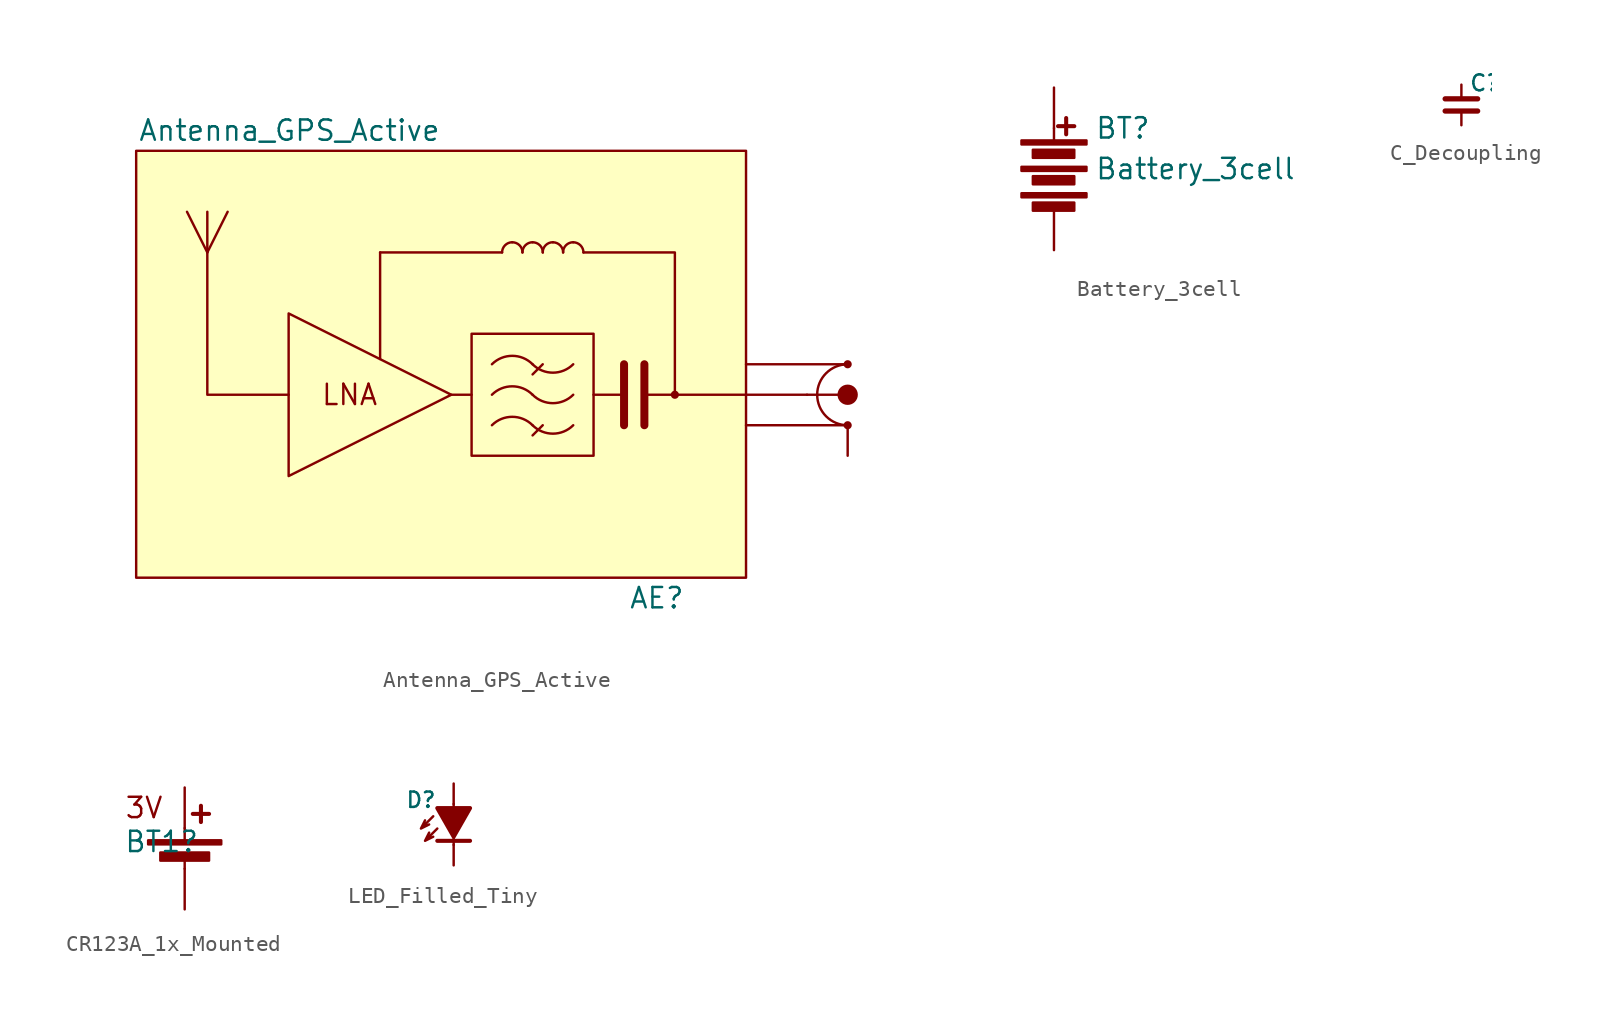
<source format=kicad_sym>
(kicad_symbol_lib
  (version 20220914)
  (generator kicad_symbol_editor)
  (symbol "Antenna_GPS_Active"
    (pin_numbers hide)
    (pin_names
      (offset 1.016) hide)
    (property "Reference" "AE"
      (at 19.05 -12.7 0)
      (effects (font (size 1.27 1.27)) (justify right)))
    (property "Value" "Antenna_GPS_Active"
      (at 3.81 16.51 0)
      (effects (font (size 1.27 1.27)) (justify right)))
    (symbol "Antenna_GPS_Active_0_1"
      (rectangle (start -15.24 15.24) (end 22.86 -11.43) (stroke (width 0) (type default)) (fill (type background)))
      (polyline (pts (xy -12.065 11.43) (xy -10.795 8.89)) (stroke (width 0) (type default)) (fill (type none)))
      (polyline (pts (xy -10.795 11.43) (xy -10.795 8.89)) (stroke (width 0) (type default)) (fill (type none)))
      (polyline (pts (xy 0 8.89) (xy 0 2.235)) (stroke (width 0) (type default)) (fill (type none)))
      (polyline (pts (xy 0 8.89) (xy 7.62 8.89)) (stroke (width 0) (type default)) (fill (type none)))
      (polyline (pts (xy 4.445 0) (xy 5.715 0)) (stroke (width 0) (type default)) (fill (type none)))
      (polyline (pts (xy 10.16 -1.905) (xy 9.525 -2.54)) (stroke (width 0) (type default)) (fill (type none)))
      (polyline (pts (xy 10.16 1.905) (xy 9.525 1.27)) (stroke (width 0) (type default)) (fill (type none)))
      (polyline (pts (xy 15.24 0) (xy 13.335 0)) (stroke (width 0) (type default)) (fill (type none)))
      (polyline (pts (xy 15.24 1.905) (xy 15.24 -1.905)) (stroke (width 0.5) (type default)) (fill (type none)))
      (polyline (pts (xy 16.51 1.905) (xy 16.51 -1.905)) (stroke (width 0.5) (type default)) (fill (type none)))
      (polyline (pts (xy 18.415 0) (xy 16.51 0)) (stroke (width 0) (type default)) (fill (type none)))
      (polyline (pts (xy 18.415 0) (xy 26.67 0)) (stroke (width 0) (type default)) (fill (type none)))
      (polyline (pts (xy 29.21 -1.905) (xy 22.86 -1.905)) (stroke (width 0) (type default)) (fill (type none)))
      (polyline (pts (xy 29.21 1.905) (xy 22.86 1.905)) (stroke (width 0) (type default)) (fill (type none)))
      (polyline (pts (xy 12.7 8.89) (xy 18.415 8.89) (xy 18.415 0)) (stroke (width 0) (type default)) (fill (type none)))
      (polyline (pts (xy -5.715 -5.08) (xy -5.715 5.08) (xy 4.445 0) (xy -5.715 -5.08)) (stroke (width 0) (type default)) (fill (type none)))
      (polyline (pts (xy -5.715 0) (xy -10.795 0) (xy -10.795 8.89) (xy -9.525 11.43)) (stroke (width 0) (type default)) (fill (type none)))
      (polyline (pts (xy 5.715 3.81) (xy 5.715 -3.81) (xy 13.335 -3.81) (xy 13.335 3.81) (xy 5.715 3.81)) (stroke (width 0) (type default)) (fill (type none)))
      (arc (start 8.255 9.525) (mid 7.806 9.339) (end 7.62 8.89) (stroke (width 0) (type default)) (fill (type none)))
      (arc (start 8.89 8.89) (mid 8.704 9.339) (end 8.255 9.525) (stroke (width 0) (type default)) (fill (type none)))
      (arc (start 9.525 -1.9049) (mid 8.255 -1.3789) (end 6.985 -1.9049) (stroke (width 0) (type default)) (fill (type none)))
      (arc (start 9.525 -1.9049) (mid 10.795 -2.4309) (end 12.065 -1.9049) (stroke (width 0) (type solid)) (fill (type none)))
      (arc (start 9.525 0.0001) (mid 8.255 0.5261) (end 6.985 0.0001) (stroke (width 0) (type default)) (fill (type none)))
      (arc (start 9.525 0.0001) (mid 10.795 -0.5259) (end 12.065 0.0001) (stroke (width 0) (type default)) (fill (type none)))
      (arc (start 9.525 1.905) (mid 8.255 2.431) (end 6.985 1.905) (stroke (width 0) (type default)) (fill (type none)))
      (arc (start 9.525 1.905) (mid 10.795 1.379) (end 12.065 1.905) (stroke (width 0) (type default)) (fill (type none)))
      (arc (start 9.525 9.525) (mid 9.076 9.339) (end 8.89 8.89) (stroke (width 0) (type default)) (fill (type none)))
      (arc (start 10.16 8.89) (mid 9.974 9.339) (end 9.525 9.525) (stroke (width 0) (type default)) (fill (type none)))
      (arc (start 10.795 9.525) (mid 10.346 9.339) (end 10.16 8.89) (stroke (width 0) (type default)) (fill (type none)))
      (arc (start 11.43 8.89) (mid 11.244 9.339) (end 10.795 9.525) (stroke (width 0) (type default)) (fill (type none)))
      (arc (start 12.065 9.525) (mid 11.616 9.339) (end 11.43 8.89) (stroke (width 0) (type default)) (fill (type none)))
      (arc (start 12.7 8.89) (mid 12.514 9.339) (end 12.065 9.525) (stroke (width 0) (type default)) (fill (type none)))
      (circle (center 18.415 0) (radius 0.254) (stroke (width -0.0001) (type default)) (fill (type outline)))
      (arc (start 27.305 0) (mid 27.863 -1.347) (end 29.21 -1.905) (stroke (width 0) (type default)) (fill (type none)))
      (circle (center 29.21 -1.905) (radius 0.254) (stroke (width -0.0001) (type default)) (fill (type outline)))
      (circle (center 29.21 0) (radius 0.635) (stroke (width -0.0001) (type default)) (fill (type outline)))
      (arc (start 29.21 1.905) (mid 27.863 1.347) (end 27.305 0) (stroke (width 0) (type default)) (fill (type none)))
      (circle (center 29.21 1.905) (radius 0.254) (stroke (width -0.0001) (type default)) (fill (type outline)))
      (text "LNA" (at -1.905 0 0) (effects (font (size 1.27 1.27)))))
    (symbol "Antenna_GPS_Active_1_1"
      (pin output line (at 29.21 0 180) (length 2.54) (name "ANT" (effects (font (size 1.27 1.27)))) (number "1" (effects (font (size 1.27 1.27)))))
      (pin passive line (at 29.21 -3.81 90) (length 2) (name "SHIELD" (effects (font (size 1.27 1.27)))) (number "2" (effects (font (size 1.27 1.27)))))))
  (symbol "Battery_3cell"
    (pin_numbers hide)
    (pin_names
      (offset 0) hide)
    (property "Reference" "BT"
      (at 2.54 2.54 0)
      (effects (font (size 1.27 1.27)) (justify left)))
    (property "Value" "Battery_3cell"
      (at 2.54 0 0)
      (effects (font (size 1.27 1.27)) (justify left)))
    (symbol "Battery_3cell_0_1"
      (rectangle (start -2.032 -1.524) (end 2.032 -1.778) (stroke (width 0) (type default)) (fill (type outline)))
      (rectangle (start -2.032 0.127) (end 2.032 -0.127) (stroke (width 0) (type default)) (fill (type outline)))
      (rectangle (start -2.032 1.778) (end 2.032 1.524) (stroke (width 0) (type default)) (fill (type outline)))
      (rectangle (start -1.321 -2.108) (end 1.27 -2.616) (stroke (width 0) (type default)) (fill (type outline)))
      (rectangle (start -1.321 -0.457) (end 1.27 -0.965) (stroke (width 0) (type default)) (fill (type outline)))
      (rectangle (start -1.321 1.194) (end 1.27 0.686) (stroke (width 0) (type default)) (fill (type outline)))
      (polyline (pts (xy 0 1.778) (xy 0 2.54)) (stroke (width 0) (type default)) (fill (type none)))
      (polyline (pts (xy 0.254 2.667) (xy 1.27 2.667)) (stroke (width 0.254) (type default)) (fill (type none)))
      (polyline (pts (xy 0.762 3.175) (xy 0.762 2.159)) (stroke (width 0.254) (type default)) (fill (type none))))
    (symbol "Battery_3cell_1_1"
      (pin passive line (at 0 5.08 270) (length 2.54) (name "+" (effects (font (size 1.27 1.27)))) (number "1" (effects (font (size 1.27 1.27)))))
      (pin passive line (at 0 -5.08 90) (length 2.54) (name "-" (effects (font (size 1.27 1.27)))) (number "2" (effects (font (size 1.27 1.27)))))))
  (symbol "C_Decoupling"
    (pin_numbers hide)
    (pin_names
      (offset 0.254) hide)
    (property "Reference" "C"
      (at 0.457 1.372 0)
      (effects (font (size 1 1)) (justify left)))
    (symbol "C_Decoupling_0_1"
      (polyline (pts (xy -1.016 -0.381) (xy 1.016 -0.381)) (stroke (width 0.33) (type default)) (fill (type none)))
      (polyline (pts (xy -1.016 0.381) (xy 1.016 0.381)) (stroke (width 0.33) (type default)) (fill (type none))))
    (symbol "C_Decoupling_1_1"
      (pin passive line (at 0 1.27 270) (length 0.794) (name "~" (effects (font (size 1.27 1.27)))) (number "1" (effects (font (size 1.27 1.27)))))
      (pin passive line (at 0 -1.27 90) (length 0.794) (name "~" (effects (font (size 1.27 1.27)))) (number "2" (effects (font (size 1.27 1.27)))))))
  (symbol "CR123A_1x_Mounted"
    (pin_numbers hide)
    (pin_names
      (offset 0) hide)
    (property "Reference" "BT1"
      (at -3.81 1.687 0)
      (effects (font (size 1.27 1.27)) (justify left)))
    (symbol "CR123A_1x_Mounted_0_1"
      (rectangle (start -2.286 1.778) (end 2.286 1.524) (stroke (width 0) (type default)) (fill (type outline)))
      (rectangle (start -1.524 1.016) (end 1.524 0.508) (stroke (width 0) (type default)) (fill (type outline)))
      (polyline (pts (xy 0 0.762) (xy 0 0)) (stroke (width 0) (type default)) (fill (type none)))
      (polyline (pts (xy 0 1.778) (xy 0 2.54)) (stroke (width 0) (type default)) (fill (type none)))
      (polyline (pts (xy 0.508 3.429) (xy 1.524 3.429)) (stroke (width 0.254) (type default)) (fill (type none)))
      (polyline (pts (xy 1.016 3.937) (xy 1.016 2.921)) (stroke (width 0.254) (type default)) (fill (type none)))
      (text "3V" (at -2.54 3.81 0) (effects (font (size 1.27 1.27)))))
    (symbol "CR123A_1x_Mounted_1_1"
      (pin passive line (at 0 5.08 270) (length 2.54) (name "+" (effects (font (size 1.27 1.27)))) (number "1" (effects (font (size 1.27 1.27)))))
      (pin passive line (at 0 -2.54 90) (length 2.54) (name "-" (effects (font (size 1.27 1.27)))) (number "2" (effects (font (size 1.27 1.27)))))))
  (symbol "LED_Filled_Tiny"
    (pin_numbers hide)
    (pin_names
      (offset 1.016) hide)
    (property "Reference" "D"
      (at -2.032 1.524 0)
      (effects (font (size 0.953 0.953))))
    (symbol "LED_Filled_Tiny_0_1"
      (polyline (pts (xy -1.016 -1.016) (xy 1.016 -1.016)) (stroke (width 0.254) (type default)) (fill (type none)))
      (polyline (pts (xy 0 -1.27) (xy 0 1.27)) (stroke (width 0) (type default)) (fill (type none)))
      (polyline (pts (xy -1.016 1.016) (xy 1.016 1.016) (xy 0 -0.762) (xy -1.016 1.016)) (stroke (width 0.254) (type default)) (fill (type outline)))
      (polyline (pts (xy -1.27 0.508) (xy -2.032 -0.254) (xy -1.778 0.254) (xy -2.032 -0.254) (xy -1.524 0)) (stroke (width 0) (type default)) (fill (type none)))
      (polyline (pts (xy -1.016 -0.254) (xy -1.778 -1.016) (xy -1.524 -0.508) (xy -1.778 -1.016) (xy -1.27 -0.762)) (stroke (width 0) (type default)) (fill (type none))))
    (symbol "LED_Filled_Tiny_1_1"
      (pin passive line (at 0 -2.54 90) (length 1.27) (name "K" (effects (font (size 1.27 1.27)))) (number "1" (effects (font (size 1.27 1.27)))))
      (pin passive line (at 0 2.54 270) (length 1.27) (name "A" (effects (font (size 1.27 1.27)))) (number "2" (effects (font (size 1.27 1.27))))))))
</source>
